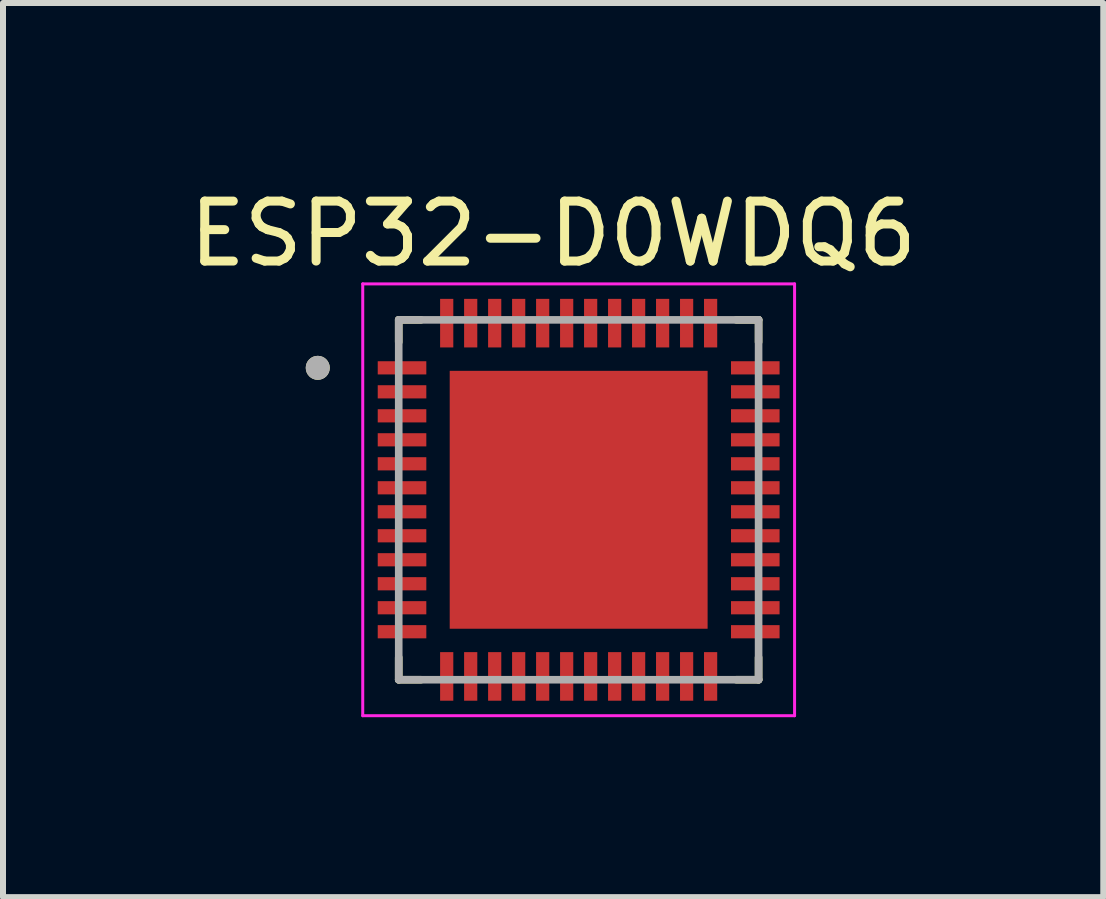
<source format=kicad_pcb>
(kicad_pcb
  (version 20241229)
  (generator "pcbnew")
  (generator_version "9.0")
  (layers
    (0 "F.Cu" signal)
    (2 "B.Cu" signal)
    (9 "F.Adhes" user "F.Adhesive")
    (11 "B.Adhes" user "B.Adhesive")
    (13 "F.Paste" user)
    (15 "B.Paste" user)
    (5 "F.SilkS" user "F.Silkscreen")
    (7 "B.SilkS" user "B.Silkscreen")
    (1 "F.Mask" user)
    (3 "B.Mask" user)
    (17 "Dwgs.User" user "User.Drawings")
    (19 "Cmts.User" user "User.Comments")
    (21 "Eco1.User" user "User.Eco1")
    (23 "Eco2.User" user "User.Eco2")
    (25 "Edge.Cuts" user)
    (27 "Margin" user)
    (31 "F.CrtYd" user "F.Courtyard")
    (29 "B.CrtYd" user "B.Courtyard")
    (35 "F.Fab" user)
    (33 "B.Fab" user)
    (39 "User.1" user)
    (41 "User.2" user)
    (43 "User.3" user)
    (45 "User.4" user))
  (footprint "ESP32-D0WDQ6"
    (layer "F.Cu")
    (at 6.598 5.283)
    (property "Reference" "ESP32-D0WDQ6" (at -0.425 -4.435 0) (layer "F.SilkS") (effects (font (size 1 1) (thickness 0.15))))
    (attr smd)
    (fp_poly (pts (xy -3.4 -2.36) (xy -2.49 -2.36) (xy -2.49 -2.04) (xy -3.4 -2.04)) (stroke (width 0.01) (type solid)) (fill yes) (layer "F.Mask"))
    (fp_poly (pts (xy -3.4 -1.96) (xy -2.49 -1.96) (xy -2.49 -1.64) (xy -3.4 -1.64)) (stroke (width 0.01) (type solid)) (fill yes) (layer "F.Mask"))
    (fp_poly (pts (xy -3.4 -1.56) (xy -2.49 -1.56) (xy -2.49 -1.24) (xy -3.4 -1.24)) (stroke (width 0.01) (type solid)) (fill yes) (layer "F.Mask"))
    (fp_poly (pts (xy -3.4 -1.16) (xy -2.49 -1.16) (xy -2.49 -0.84) (xy -3.4 -0.84)) (stroke (width 0.01) (type solid)) (fill yes) (layer "F.Mask"))
    (fp_poly (pts (xy -3.4 -0.76) (xy -2.49 -0.76) (xy -2.49 -0.44) (xy -3.4 -0.44)) (stroke (width 0.01) (type solid)) (fill yes) (layer "F.Mask"))
    (fp_poly (pts (xy -3.4 -0.36) (xy -2.49 -0.36) (xy -2.49 -0.04) (xy -3.4 -0.04)) (stroke (width 0.01) (type solid)) (fill yes) (layer "F.Mask"))
    (fp_poly (pts (xy -3.4 0.04) (xy -2.49 0.04) (xy -2.49 0.36) (xy -3.4 0.36)) (stroke (width 0.01) (type solid)) (fill yes) (layer "F.Mask"))
    (fp_poly (pts (xy -3.4 0.44) (xy -2.49 0.44) (xy -2.49 0.76) (xy -3.4 0.76)) (stroke (width 0.01) (type solid)) (fill yes) (layer "F.Mask"))
    (fp_poly (pts (xy -3.4 0.84) (xy -2.49 0.84) (xy -2.49 1.16) (xy -3.4 1.16)) (stroke (width 0.01) (type solid)) (fill yes) (layer "F.Mask"))
    (fp_poly (pts (xy -3.4 1.24) (xy -2.49 1.24) (xy -2.49 1.56) (xy -3.4 1.56)) (stroke (width 0.01) (type solid)) (fill yes) (layer "F.Mask"))
    (fp_poly (pts (xy -3.4 1.64) (xy -2.49 1.64) (xy -2.49 1.96) (xy -3.4 1.96)) (stroke (width 0.01) (type solid)) (fill yes) (layer "F.Mask"))
    (fp_poly (pts (xy -3.4 2.04) (xy -2.49 2.04) (xy -2.49 2.36) (xy -3.4 2.36)) (stroke (width 0.01) (type solid)) (fill yes) (layer "F.Mask"))
    (fp_poly (pts (xy -2.36 -3.4) (xy -2.04 -3.4) (xy -2.04 -2.49) (xy -2.36 -2.49)) (stroke (width 0.01) (type solid)) (fill yes) (layer "F.Mask"))
    (fp_poly (pts (xy -2.36 2.49) (xy -2.04 2.49) (xy -2.04 3.4) (xy -2.36 3.4)) (stroke (width 0.01) (type solid)) (fill yes) (layer "F.Mask"))
    (fp_poly (pts (xy -1.96 -3.4) (xy -1.64 -3.4) (xy -1.64 -2.49) (xy -1.96 -2.49)) (stroke (width 0.01) (type solid)) (fill yes) (layer "F.Mask"))
    (fp_poly (pts (xy -1.96 2.49) (xy -1.64 2.49) (xy -1.64 3.4) (xy -1.96 3.4)) (stroke (width 0.01) (type solid)) (fill yes) (layer "F.Mask"))
    (fp_poly (pts (xy -1.56 -3.4) (xy -1.24 -3.4) (xy -1.24 -2.49) (xy -1.56 -2.49)) (stroke (width 0.01) (type solid)) (fill yes) (layer "F.Mask"))
    (fp_poly (pts (xy -1.56 2.49) (xy -1.24 2.49) (xy -1.24 3.4) (xy -1.56 3.4)) (stroke (width 0.01) (type solid)) (fill yes) (layer "F.Mask"))
    (fp_poly (pts (xy -1.16 -3.4) (xy -0.84 -3.4) (xy -0.84 -2.49) (xy -1.16 -2.49)) (stroke (width 0.01) (type solid)) (fill yes) (layer "F.Mask"))
    (fp_poly (pts (xy -1.16 2.49) (xy -0.84 2.49) (xy -0.84 3.4) (xy -1.16 3.4)) (stroke (width 0.01) (type solid)) (fill yes) (layer "F.Mask"))
    (fp_poly (pts (xy -0.76 -3.4) (xy -0.44 -3.4) (xy -0.44 -2.49) (xy -0.76 -2.49)) (stroke (width 0.01) (type solid)) (fill yes) (layer "F.Mask"))
    (fp_poly (pts (xy -0.76 2.49) (xy -0.44 2.49) (xy -0.44 3.4) (xy -0.76 3.4)) (stroke (width 0.01) (type solid)) (fill yes) (layer "F.Mask"))
    (fp_poly (pts (xy -0.36 -3.4) (xy -0.04 -3.4) (xy -0.04 -2.49) (xy -0.36 -2.49)) (stroke (width 0.01) (type solid)) (fill yes) (layer "F.Mask"))
    (fp_poly (pts (xy -0.36 2.49) (xy -0.04 2.49) (xy -0.04 3.4) (xy -0.36 3.4)) (stroke (width 0.01) (type solid)) (fill yes) (layer "F.Mask"))
    (fp_poly (pts (xy 0.04 -3.4) (xy 0.36 -3.4) (xy 0.36 -2.49) (xy 0.04 -2.49)) (stroke (width 0.01) (type solid)) (fill yes) (layer "F.Mask"))
    (fp_poly (pts (xy 0.04 2.49) (xy 0.36 2.49) (xy 0.36 3.4) (xy 0.04 3.4)) (stroke (width 0.01) (type solid)) (fill yes) (layer "F.Mask"))
    (fp_poly (pts (xy 0.44 -3.4) (xy 0.76 -3.4) (xy 0.76 -2.49) (xy 0.44 -2.49)) (stroke (width 0.01) (type solid)) (fill yes) (layer "F.Mask"))
    (fp_poly (pts (xy 0.44 2.49) (xy 0.76 2.49) (xy 0.76 3.4) (xy 0.44 3.4)) (stroke (width 0.01) (type solid)) (fill yes) (layer "F.Mask"))
    (fp_poly (pts (xy 0.84 -3.4) (xy 1.16 -3.4) (xy 1.16 -2.49) (xy 0.84 -2.49)) (stroke (width 0.01) (type solid)) (fill yes) (layer "F.Mask"))
    (fp_poly (pts (xy 0.84 2.49) (xy 1.16 2.49) (xy 1.16 3.4) (xy 0.84 3.4)) (stroke (width 0.01) (type solid)) (fill yes) (layer "F.Mask"))
    (fp_poly (pts (xy 1.24 -3.4) (xy 1.56 -3.4) (xy 1.56 -2.49) (xy 1.24 -2.49)) (stroke (width 0.01) (type solid)) (fill yes) (layer "F.Mask"))
    (fp_poly (pts (xy 1.24 2.49) (xy 1.56 2.49) (xy 1.56 3.4) (xy 1.24 3.4)) (stroke (width 0.01) (type solid)) (fill yes) (layer "F.Mask"))
    (fp_poly (pts (xy 1.64 -3.4) (xy 1.96 -3.4) (xy 1.96 -2.49) (xy 1.64 -2.49)) (stroke (width 0.01) (type solid)) (fill yes) (layer "F.Mask"))
    (fp_poly (pts (xy 1.64 2.49) (xy 1.96 2.49) (xy 1.96 3.4) (xy 1.64 3.4)) (stroke (width 0.01) (type solid)) (fill yes) (layer "F.Mask"))
    (fp_poly (pts (xy 2.04 -3.4) (xy 2.36 -3.4) (xy 2.36 -2.49) (xy 2.04 -2.49)) (stroke (width 0.01) (type solid)) (fill yes) (layer "F.Mask"))
    (fp_poly (pts (xy 2.04 2.49) (xy 2.36 2.49) (xy 2.36 3.4) (xy 2.04 3.4)) (stroke (width 0.01) (type solid)) (fill yes) (layer "F.Mask"))
    (fp_poly (pts (xy 2.49 -2.36) (xy 3.4 -2.36) (xy 3.4 -2.04) (xy 2.49 -2.04)) (stroke (width 0.01) (type solid)) (fill yes) (layer "F.Mask"))
    (fp_poly (pts (xy 2.49 -1.96) (xy 3.4 -1.96) (xy 3.4 -1.64) (xy 2.49 -1.64)) (stroke (width 0.01) (type solid)) (fill yes) (layer "F.Mask"))
    (fp_poly (pts (xy 2.49 -1.56) (xy 3.4 -1.56) (xy 3.4 -1.24) (xy 2.49 -1.24)) (stroke (width 0.01) (type solid)) (fill yes) (layer "F.Mask"))
    (fp_poly (pts (xy 2.49 -1.16) (xy 3.4 -1.16) (xy 3.4 -0.84) (xy 2.49 -0.84)) (stroke (width 0.01) (type solid)) (fill yes) (layer "F.Mask"))
    (fp_poly (pts (xy 2.49 -0.76) (xy 3.4 -0.76) (xy 3.4 -0.44) (xy 2.49 -0.44)) (stroke (width 0.01) (type solid)) (fill yes) (layer "F.Mask"))
    (fp_poly (pts (xy 2.49 -0.36) (xy 3.4 -0.36) (xy 3.4 -0.04) (xy 2.49 -0.04)) (stroke (width 0.01) (type solid)) (fill yes) (layer "F.Mask"))
    (fp_poly (pts (xy 2.49 0.04) (xy 3.4 0.04) (xy 3.4 0.36) (xy 2.49 0.36)) (stroke (width 0.01) (type solid)) (fill yes) (layer "F.Mask"))
    (fp_poly (pts (xy 2.49 0.44) (xy 3.4 0.44) (xy 3.4 0.76) (xy 2.49 0.76)) (stroke (width 0.01) (type solid)) (fill yes) (layer "F.Mask"))
    (fp_poly (pts (xy 2.49 0.84) (xy 3.4 0.84) (xy 3.4 1.16) (xy 2.49 1.16)) (stroke (width 0.01) (type solid)) (fill yes) (layer "F.Mask"))
    (fp_poly (pts (xy 2.49 1.24) (xy 3.4 1.24) (xy 3.4 1.56) (xy 2.49 1.56)) (stroke (width 0.01) (type solid)) (fill yes) (layer "F.Mask"))
    (fp_poly (pts (xy 2.49 1.64) (xy 3.4 1.64) (xy 3.4 1.96) (xy 2.49 1.96)) (stroke (width 0.01) (type solid)) (fill yes) (layer "F.Mask"))
    (fp_poly (pts (xy 2.49 2.04) (xy 3.4 2.04) (xy 3.4 2.36) (xy 2.49 2.36)) (stroke (width 0.01) (type solid)) (fill yes) (layer "F.Mask"))
    (fp_line (start -3 -2.63) (end -3 -3) (stroke (width 0.127) (type solid)) (layer "F.SilkS"))
    (fp_line (start -3 3) (end -3 2.63) (stroke (width 0.127) (type solid)) (layer "F.SilkS"))
    (fp_line (start -2.63 -3) (end -3 -3) (stroke (width 0.127) (type solid)) (layer "F.SilkS"))
    (fp_line (start -2.63 3) (end -3 3) (stroke (width 0.127) (type solid)) (layer "F.SilkS"))
    (fp_line (start 3 -3) (end 2.63 -3) (stroke (width 0.127) (type solid)) (layer "F.SilkS"))
    (fp_line (start 3 -2.63) (end 3 -3) (stroke (width 0.127) (type solid)) (layer "F.SilkS"))
    (fp_line (start 3 3) (end 2.63 3) (stroke (width 0.127) (type solid)) (layer "F.SilkS"))
    (fp_line (start 3 3) (end 3 2.63) (stroke (width 0.127) (type solid)) (layer "F.SilkS"))
    (fp_circle (center -4.35 -2.2) (end -4.25 -2.2) (stroke (width 0.2) (type solid)) (fill no) (layer "F.SilkS"))
    (fp_poly (pts (xy -1.625 -1.625) (xy -0.265 -1.625) (xy -0.265 -0.265) (xy -1.625 -0.265)) (stroke (width 0.01) (type solid)) (fill yes) (layer "F.Paste"))
    (fp_poly (pts (xy -1.625 0.265) (xy -0.265 0.265) (xy -0.265 1.625) (xy -1.625 1.625)) (stroke (width 0.01) (type solid)) (fill yes) (layer "F.Paste"))
    (fp_poly (pts (xy 0.265 -1.625) (xy 1.625 -1.625) (xy 1.625 -0.265) (xy 0.265 -0.265)) (stroke (width 0.01) (type solid)) (fill yes) (layer "F.Paste"))
    (fp_poly (pts (xy 0.265 0.265) (xy 1.625 0.265) (xy 1.625 1.625) (xy 0.265 1.625)) (stroke (width 0.01) (type solid)) (fill yes) (layer "F.Paste"))
    (fp_line (start -3.6 -3.6) (end -3.6 3.6) (stroke (width 0.05) (type solid)) (layer "F.CrtYd"))
    (fp_line (start -3.6 3.6) (end 3.6 3.6) (stroke (width 0.05) (type solid)) (layer "F.CrtYd"))
    (fp_line (start 3.6 -3.6) (end -3.6 -3.6) (stroke (width 0.05) (type solid)) (layer "F.CrtYd"))
    (fp_line (start 3.6 3.6) (end 3.6 -3.6) (stroke (width 0.05) (type solid)) (layer "F.CrtYd"))
    (fp_line (start -3 3) (end -3 -3) (stroke (width 0.127) (type solid)) (layer "F.Fab"))
    (fp_line (start 3 -3) (end -3 -3) (stroke (width 0.127) (type solid)) (layer "F.Fab"))
    (fp_line (start 3 3) (end -3 3) (stroke (width 0.127) (type solid)) (layer "F.Fab"))
    (fp_line (start 3 3) (end 3 -3) (stroke (width 0.127) (type solid)) (layer "F.Fab"))
    (fp_circle (center -4.35 -2.2) (end -4.25 -2.2) (stroke (width 0.2) (type solid)) (fill no) (layer "F.Fab"))
    (pad "1" smd rect (at -2.945 -2.2) (size 0.81 0.22) (layers "F.Cu" "F.Paste"))
    (pad "2" smd rect (at -2.945 -1.8) (size 0.81 0.22) (layers "F.Cu" "F.Paste"))
    (pad "3" smd rect (at -2.945 -1.4) (size 0.81 0.22) (layers "F.Cu" "F.Paste"))
    (pad "4" smd rect (at -2.945 -1) (size 0.81 0.22) (layers "F.Cu" "F.Paste"))
    (pad "5" smd rect (at -2.945 -0.6) (size 0.81 0.22) (layers "F.Cu" "F.Paste"))
    (pad "6" smd rect (at -2.945 -0.2) (size 0.81 0.22) (layers "F.Cu" "F.Paste"))
    (pad "7" smd rect (at -2.945 0.2) (size 0.81 0.22) (layers "F.Cu" "F.Paste"))
    (pad "8" smd rect (at -2.945 0.6) (size 0.81 0.22) (layers "F.Cu" "F.Paste"))
    (pad "9" smd rect (at -2.945 1) (size 0.81 0.22) (layers "F.Cu" "F.Paste"))
    (pad "10" smd rect (at -2.945 1.4) (size 0.81 0.22) (layers "F.Cu" "F.Paste"))
    (pad "11" smd rect (at -2.945 1.8) (size 0.81 0.22) (layers "F.Cu" "F.Paste"))
    (pad "12" smd rect (at -2.945 2.2) (size 0.81 0.22) (layers "F.Cu" "F.Paste"))
    (pad "13" smd rect (at -2.2 2.945) (size 0.22 0.81) (layers "F.Cu" "F.Paste"))
    (pad "14" smd rect (at -1.8 2.945) (size 0.22 0.81) (layers "F.Cu" "F.Paste"))
    (pad "15" smd rect (at -1.4 2.945) (size 0.22 0.81) (layers "F.Cu" "F.Paste"))
    (pad "16" smd rect (at -1 2.945) (size 0.22 0.81) (layers "F.Cu" "F.Paste"))
    (pad "17" smd rect (at -0.6 2.945) (size 0.22 0.81) (layers "F.Cu" "F.Paste"))
    (pad "18" smd rect (at -0.2 2.945) (size 0.22 0.81) (layers "F.Cu" "F.Paste"))
    (pad "19" smd rect (at 0.2 2.945) (size 0.22 0.81) (layers "F.Cu" "F.Paste"))
    (pad "20" smd rect (at 0.6 2.945) (size 0.22 0.81) (layers "F.Cu" "F.Paste"))
    (pad "21" smd rect (at 1 2.945) (size 0.22 0.81) (layers "F.Cu" "F.Paste"))
    (pad "22" smd rect (at 1.4 2.945) (size 0.22 0.81) (layers "F.Cu" "F.Paste"))
    (pad "23" smd rect (at 1.8 2.945) (size 0.22 0.81) (layers "F.Cu" "F.Paste"))
    (pad "24" smd rect (at 2.2 2.945) (size 0.22 0.81) (layers "F.Cu" "F.Paste"))
    (pad "25" smd rect (at 2.945 2.2) (size 0.81 0.22) (layers "F.Cu" "F.Paste"))
    (pad "26" smd rect (at 2.945 1.8) (size 0.81 0.22) (layers "F.Cu" "F.Paste"))
    (pad "27" smd rect (at 2.945 1.4) (size 0.81 0.22) (layers "F.Cu" "F.Paste"))
    (pad "28" smd rect (at 2.945 1) (size 0.81 0.22) (layers "F.Cu" "F.Paste"))
    (pad "29" smd rect (at 2.945 0.6) (size 0.81 0.22) (layers "F.Cu" "F.Paste"))
    (pad "30" smd rect (at 2.945 0.2) (size 0.81 0.22) (layers "F.Cu" "F.Paste"))
    (pad "31" smd rect (at 2.945 -0.2) (size 0.81 0.22) (layers "F.Cu" "F.Paste"))
    (pad "32" smd rect (at 2.945 -0.6) (size 0.81 0.22) (layers "F.Cu" "F.Paste"))
    (pad "33" smd rect (at 2.945 -1) (size 0.81 0.22) (layers "F.Cu" "F.Paste"))
    (pad "34" smd rect (at 2.945 -1.4) (size 0.81 0.22) (layers "F.Cu" "F.Paste"))
    (pad "35" smd rect (at 2.945 -1.8) (size 0.81 0.22) (layers "F.Cu" "F.Paste"))
    (pad "36" smd rect (at 2.945 -2.2) (size 0.81 0.22) (layers "F.Cu" "F.Paste"))
    (pad "37" smd rect (at 2.2 -2.945) (size 0.22 0.81) (layers "F.Cu" "F.Paste"))
    (pad "38" smd rect (at 1.8 -2.945) (size 0.22 0.81) (layers "F.Cu" "F.Paste"))
    (pad "39" smd rect (at 1.4 -2.945) (size 0.22 0.81) (layers "F.Cu" "F.Paste"))
    (pad "40" smd rect (at 1 -2.945) (size 0.22 0.81) (layers "F.Cu" "F.Paste"))
    (pad "41" smd rect (at 0.6 -2.945) (size 0.22 0.81) (layers "F.Cu" "F.Paste"))
    (pad "42" smd rect (at 0.2 -2.945) (size 0.22 0.81) (layers "F.Cu" "F.Paste"))
    (pad "43" smd rect (at -0.2 -2.945) (size 0.22 0.81) (layers "F.Cu" "F.Paste"))
    (pad "44" smd rect (at -0.6 -2.945) (size 0.22 0.81) (layers "F.Cu" "F.Paste"))
    (pad "45" smd rect (at -1 -2.945) (size 0.22 0.81) (layers "F.Cu" "F.Paste"))
    (pad "46" smd rect (at -1.4 -2.945) (size 0.22 0.81) (layers "F.Cu" "F.Paste"))
    (pad "47" smd rect (at -1.8 -2.945) (size 0.22 0.81) (layers "F.Cu" "F.Paste"))
    (pad "48" smd rect (at -2.2 -2.945) (size 0.22 0.81) (layers "F.Cu" "F.Paste"))
    (pad "49" smd rect (at 0 0) (size 4.3 4.3) (layers "F.Cu" "F.Mask")))
  (gr_rect
    (start -3 -3)
    (end 15.345 11.908)
    (stroke (width 0.1) (type default))
    (fill no)
    (layer "Edge.Cuts")))
</source>
